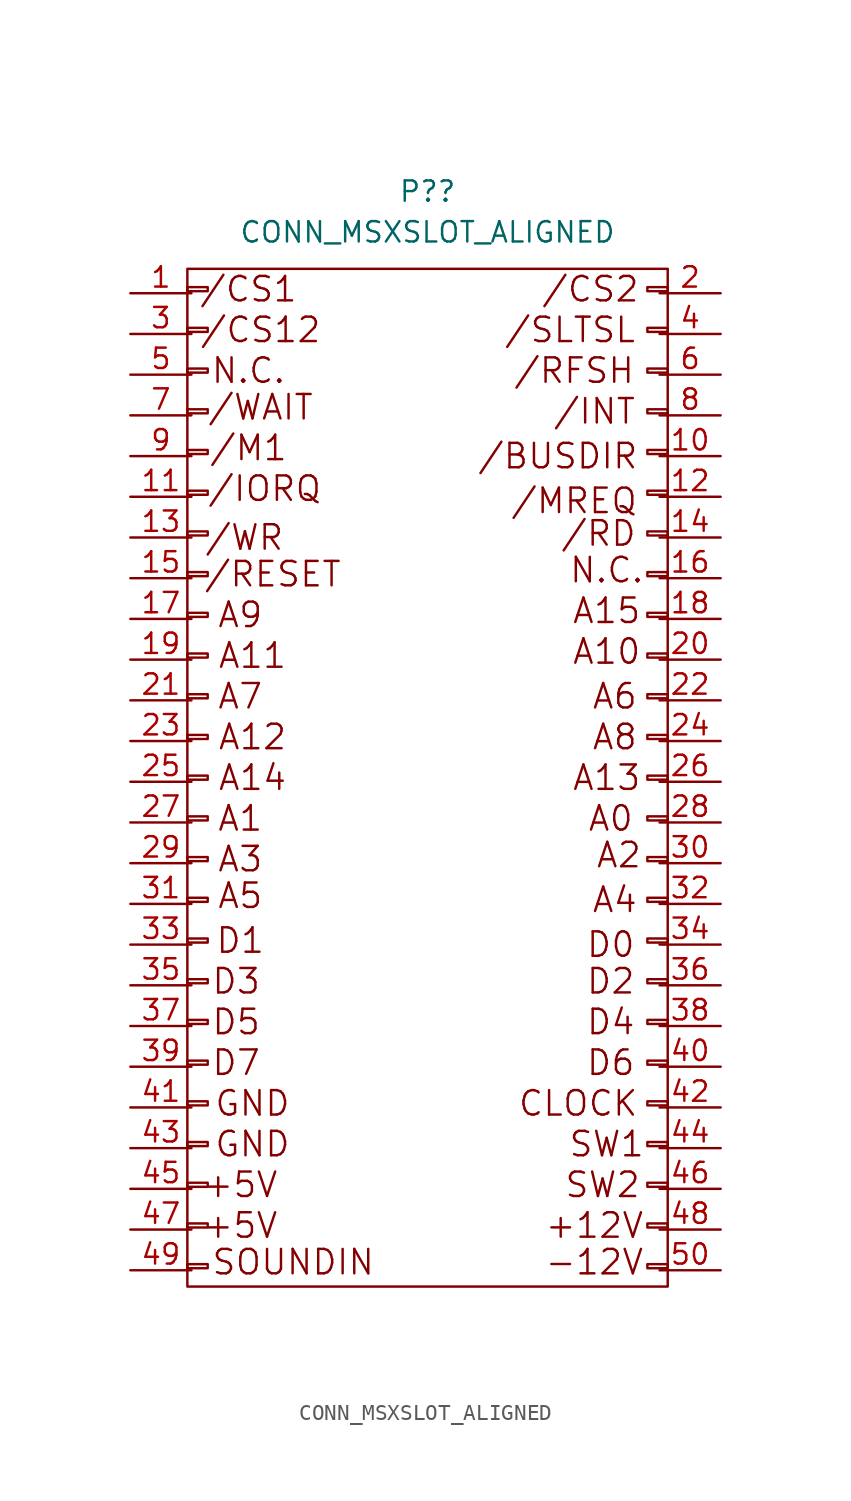
<source format=kicad_sym>
(kicad_symbol_lib
  (version 20211014)
  (generator kicad_symbol_editor)
  (symbol "CONN_MSXSLOT_ALIGNED"
    (pin_names
      (offset 0.025) hide)
    (property "Reference" "P?"
      (at 0.762 33.02 0)
      (effects (font (size 1.27 1.27))))
    (property "Value" "CONN_MSXSLOT_ALIGNED"
      (at 0.762 30.48 0)
      (effects (font (size 1.27 1.27))))
    (property "Footprint" ""
      (at -11.684 -22.606 0)
      (effects (font (size 1.27 1.27))))
    (property "Datasheet" ""
      (at -11.684 -22.606 0)
      (effects (font (size 1.27 1.27))))
    (symbol "CONN_MSXSLOT_ALIGNED_0_0"
      (text "+12V" (at 11.176 -31.496 0) (effects (font (size 1.524 1.524))))
      (text "+5V" (at -10.922 -31.496 0) (effects (font (size 1.524 1.524))))
      (text "+5V" (at -10.922 -28.956 0) (effects (font (size 1.524 1.524))))
      (text "-12V" (at 11.176 -33.782 0) (effects (font (size 1.524 1.524))))
      (text "/BUSDIR" (at 8.89 16.51 0) (effects (font (size 1.524 1.524))))
      (text "/CS1" (at -10.414 26.924 0) (effects (font (size 1.524 1.524))))
      (text "/CS12" (at -9.652 24.384 0) (effects (font (size 1.524 1.524))))
      (text "/CS2" (at 10.922 26.924 0) (effects (font (size 1.524 1.524))))
      (text "/INT" (at 11.176 19.304 0) (effects (font (size 1.524 1.524))))
      (text "/IORQ" (at -9.398 14.478 0) (effects (font (size 1.524 1.524))))
      (text "/M1" (at -10.414 17.018 0) (effects (font (size 1.524 1.524))))
      (text "/MREQ" (at 9.906 13.716 0) (effects (font (size 1.524 1.524))))
      (text "/RD" (at 11.43 11.684 0) (effects (font (size 1.524 1.524))))
      (text "/RESET" (at -8.89 9.144 0) (effects (font (size 1.524 1.524))))
      (text "/RFSH" (at 9.906 21.844 0) (effects (font (size 1.524 1.524))))
      (text "/SLTSL" (at 9.652 24.384 0) (effects (font (size 1.524 1.524))))
      (text "/WAIT" (at -9.652 19.558 0) (effects (font (size 1.524 1.524))))
      (text "/WR" (at -10.668 11.43 0) (effects (font (size 1.524 1.524))))
      (text "A0" (at 12.192 -6.096 0) (effects (font (size 1.524 1.524))))
      (text "A1" (at -10.922 -6.096 0) (effects (font (size 1.524 1.524))))
      (text "A10" (at 11.938 4.318 0) (effects (font (size 1.524 1.524))))
      (text "A11" (at -10.16 4.064 0) (effects (font (size 1.524 1.524))))
      (text "A12" (at -10.16 -1.016 0) (effects (font (size 1.524 1.524))))
      (text "A13" (at 11.938 -3.556 0) (effects (font (size 1.524 1.524))))
      (text "A14" (at -10.16 -3.556 0) (effects (font (size 1.524 1.524))))
      (text "A15" (at 11.938 6.858 0) (effects (font (size 1.524 1.524))))
      (text "A2" (at 12.7 -8.382 0) (effects (font (size 1.524 1.524))))
      (text "A3" (at -10.922 -8.636 0) (effects (font (size 1.524 1.524))))
      (text "A4" (at 12.446 -11.176 0) (effects (font (size 1.524 1.524))))
      (text "A5" (at -10.922 -10.922 0) (effects (font (size 1.524 1.524))))
      (text "A6" (at 12.446 1.524 0) (effects (font (size 1.524 1.524))))
      (text "A7" (at -10.922 1.524 0) (effects (font (size 1.524 1.524))))
      (text "A8" (at 12.446 -1.016 0) (effects (font (size 1.524 1.524))))
      (text "A9" (at -10.922 6.604 0) (effects (font (size 1.524 1.524))))
      (text "CLOCK" (at 10.16 -23.876 0) (effects (font (size 1.524 1.524))))
      (text "D0" (at 12.192 -13.97 0) (effects (font (size 1.524 1.524))))
      (text "D1" (at -10.922 -13.716 0) (effects (font (size 1.524 1.524))))
      (text "D2" (at 12.192 -16.256 0) (effects (font (size 1.524 1.524))))
      (text "D3" (at -11.176 -16.256 0) (effects (font (size 1.524 1.524))))
      (text "D4" (at 12.192 -18.796 0) (effects (font (size 1.524 1.524))))
      (text "D5" (at -11.176 -18.796 0) (effects (font (size 1.524 1.524))))
      (text "D6" (at 12.192 -21.336 0) (effects (font (size 1.524 1.524))))
      (text "D7" (at -11.176 -21.336 0) (effects (font (size 1.524 1.524))))
      (text "GND" (at -10.16 -26.416 0) (effects (font (size 1.524 1.524))))
      (text "GND" (at -10.16 -23.876 0) (effects (font (size 1.524 1.524))))
      (text "N.C." (at -10.414 21.844 0) (effects (font (size 1.524 1.524))))
      (text "N.C." (at 11.938 9.398 0) (effects (font (size 1.524 1.524))))
      (text "SOUNDIN" (at -7.62 -33.782 0) (effects (font (size 1.524 1.524))))
      (text "SW1" (at 11.938 -26.416 0) (effects (font (size 1.524 1.524))))
      (text "SW2" (at 11.684 -28.956 0) (effects (font (size 1.524 1.524)))))
    (symbol "CONN_MSXSLOT_ALIGNED_0_1"
      (rectangle (start -14.224 -33.909) (end -12.954 -34.163) (stroke (width 0) (type default) (color 0 0 0 0)) (fill (type none)))
      (rectangle (start -14.224 -31.369) (end -12.954 -31.623) (stroke (width 0) (type default) (color 0 0 0 0)) (fill (type none)))
      (rectangle (start -14.224 -28.829) (end -12.954 -29.083) (stroke (width 0) (type default) (color 0 0 0 0)) (fill (type none)))
      (rectangle (start -14.224 -26.289) (end -12.954 -26.543) (stroke (width 0) (type default) (color 0 0 0 0)) (fill (type none)))
      (rectangle (start -14.224 -23.749) (end -12.954 -24.003) (stroke (width 0) (type default) (color 0 0 0 0)) (fill (type none)))
      (rectangle (start -14.224 -21.209) (end -12.954 -21.463) (stroke (width 0) (type default) (color 0 0 0 0)) (fill (type none)))
      (rectangle (start -14.224 -18.669) (end -12.954 -18.923) (stroke (width 0) (type default) (color 0 0 0 0)) (fill (type none)))
      (rectangle (start -14.224 -16.129) (end -12.954 -16.383) (stroke (width 0) (type default) (color 0 0 0 0)) (fill (type none)))
      (rectangle (start -14.224 -13.589) (end -12.954 -13.843) (stroke (width 0) (type default) (color 0 0 0 0)) (fill (type none)))
      (rectangle (start -14.224 -11.049) (end -12.954 -11.303) (stroke (width 0) (type default) (color 0 0 0 0)) (fill (type none)))
      (rectangle (start -14.224 -8.509) (end -12.954 -8.763) (stroke (width 0) (type default) (color 0 0 0 0)) (fill (type none)))
      (rectangle (start -14.224 -5.969) (end -12.954 -6.223) (stroke (width 0) (type default) (color 0 0 0 0)) (fill (type none)))
      (rectangle (start -14.224 -3.429) (end -12.954 -3.683) (stroke (width 0) (type default) (color 0 0 0 0)) (fill (type none)))
      (rectangle (start -14.224 -0.889) (end -12.954 -1.143) (stroke (width 0) (type default) (color 0 0 0 0)) (fill (type none)))
      (rectangle (start -14.224 1.651) (end -12.954 1.397) (stroke (width 0) (type default) (color 0 0 0 0)) (fill (type none)))
      (rectangle (start -14.224 4.191) (end -12.954 3.937) (stroke (width 0) (type default) (color 0 0 0 0)) (fill (type none)))
      (rectangle (start -14.224 6.731) (end -12.954 6.477) (stroke (width 0) (type default) (color 0 0 0 0)) (fill (type none)))
      (rectangle (start -14.224 9.271) (end -12.954 9.017) (stroke (width 0) (type default) (color 0 0 0 0)) (fill (type none)))
      (rectangle (start -14.224 11.811) (end -12.954 11.557) (stroke (width 0) (type default) (color 0 0 0 0)) (fill (type none)))
      (rectangle (start -14.224 14.351) (end -12.954 14.097) (stroke (width 0) (type default) (color 0 0 0 0)) (fill (type none)))
      (rectangle (start -14.224 16.891) (end -12.954 16.637) (stroke (width 0) (type default) (color 0 0 0 0)) (fill (type none)))
      (rectangle (start -14.224 19.431) (end -12.954 19.177) (stroke (width 0) (type default) (color 0 0 0 0)) (fill (type none)))
      (rectangle (start -14.224 21.971) (end -12.954 21.717) (stroke (width 0) (type default) (color 0 0 0 0)) (fill (type none)))
      (rectangle (start -14.224 24.511) (end -12.954 24.257) (stroke (width 0) (type default) (color 0 0 0 0)) (fill (type none)))
      (rectangle (start -14.224 27.051) (end -12.954 26.797) (stroke (width 0) (type default) (color 0 0 0 0)) (fill (type none)))
      (rectangle (start -14.224 28.194) (end 15.748 -35.306) (stroke (width 0) (type default) (color 0 0 0 0)) (fill (type none)))
      (rectangle (start 14.478 -33.909) (end 15.748 -34.163) (stroke (width 0) (type default) (color 0 0 0 0)) (fill (type none)))
      (rectangle (start 14.478 -31.369) (end 15.748 -31.623) (stroke (width 0) (type default) (color 0 0 0 0)) (fill (type none)))
      (rectangle (start 14.478 -28.829) (end 15.748 -29.083) (stroke (width 0) (type default) (color 0 0 0 0)) (fill (type none)))
      (rectangle (start 14.478 -26.289) (end 15.748 -26.543) (stroke (width 0) (type default) (color 0 0 0 0)) (fill (type none)))
      (rectangle (start 14.478 -23.749) (end 15.748 -24.003) (stroke (width 0) (type default) (color 0 0 0 0)) (fill (type none)))
      (rectangle (start 14.478 -21.209) (end 15.748 -21.463) (stroke (width 0) (type default) (color 0 0 0 0)) (fill (type none)))
      (rectangle (start 14.478 -18.669) (end 15.748 -18.923) (stroke (width 0) (type default) (color 0 0 0 0)) (fill (type none)))
      (rectangle (start 14.478 -16.129) (end 15.748 -16.383) (stroke (width 0) (type default) (color 0 0 0 0)) (fill (type none)))
      (rectangle (start 14.478 -13.589) (end 15.748 -13.843) (stroke (width 0) (type default) (color 0 0 0 0)) (fill (type none)))
      (rectangle (start 14.478 -11.049) (end 15.748 -11.303) (stroke (width 0) (type default) (color 0 0 0 0)) (fill (type none)))
      (rectangle (start 14.478 -8.509) (end 15.748 -8.763) (stroke (width 0) (type default) (color 0 0 0 0)) (fill (type none)))
      (rectangle (start 14.478 -5.969) (end 15.748 -6.223) (stroke (width 0) (type default) (color 0 0 0 0)) (fill (type none)))
      (rectangle (start 14.478 -3.429) (end 15.748 -3.683) (stroke (width 0) (type default) (color 0 0 0 0)) (fill (type none)))
      (rectangle (start 14.478 -0.889) (end 15.748 -1.143) (stroke (width 0) (type default) (color 0 0 0 0)) (fill (type none)))
      (rectangle (start 14.478 1.651) (end 15.748 1.397) (stroke (width 0) (type default) (color 0 0 0 0)) (fill (type none)))
      (rectangle (start 14.478 4.191) (end 15.748 3.937) (stroke (width 0) (type default) (color 0 0 0 0)) (fill (type none)))
      (rectangle (start 14.478 6.731) (end 15.748 6.477) (stroke (width 0) (type default) (color 0 0 0 0)) (fill (type none)))
      (rectangle (start 14.478 9.271) (end 15.748 9.017) (stroke (width 0) (type default) (color 0 0 0 0)) (fill (type none)))
      (rectangle (start 14.478 11.811) (end 15.748 11.557) (stroke (width 0) (type default) (color 0 0 0 0)) (fill (type none)))
      (rectangle (start 14.478 14.351) (end 15.748 14.097) (stroke (width 0) (type default) (color 0 0 0 0)) (fill (type none)))
      (rectangle (start 14.478 16.891) (end 15.748 16.637) (stroke (width 0) (type default) (color 0 0 0 0)) (fill (type none)))
      (rectangle (start 14.478 19.431) (end 15.748 19.177) (stroke (width 0) (type default) (color 0 0 0 0)) (fill (type none)))
      (rectangle (start 14.478 21.971) (end 15.748 21.717) (stroke (width 0) (type default) (color 0 0 0 0)) (fill (type none)))
      (rectangle (start 14.478 24.511) (end 15.748 24.257) (stroke (width 0) (type default) (color 0 0 0 0)) (fill (type none)))
      (rectangle (start 14.478 27.051) (end 15.748 26.797) (stroke (width 0) (type default) (color 0 0 0 0)) (fill (type none))))
    (symbol "CONN_MSXSLOT_ALIGNED_1_1"
      (pin passive line (at -17.78 26.67 0) (length 3.81) (name "P1" (effects (font (size 1.27 1.27)))) (number "1" (effects (font (size 1.27 1.27)))))
      (pin passive line (at 19.05 16.51 180) (length 3.81) (name "P10" (effects (font (size 1.27 1.27)))) (number "10" (effects (font (size 1.27 1.27)))))
      (pin passive line (at -17.78 13.97 0) (length 3.81) (name "P11" (effects (font (size 1.27 1.27)))) (number "11" (effects (font (size 1.27 1.27)))))
      (pin passive line (at 19.05 13.97 180) (length 3.81) (name "P12" (effects (font (size 1.27 1.27)))) (number "12" (effects (font (size 1.27 1.27)))))
      (pin passive line (at -17.78 11.43 0) (length 3.81) (name "P13" (effects (font (size 1.27 1.27)))) (number "13" (effects (font (size 1.27 1.27)))))
      (pin passive line (at 19.05 11.43 180) (length 3.81) (name "P14" (effects (font (size 1.27 1.27)))) (number "14" (effects (font (size 1.27 1.27)))))
      (pin passive line (at -17.78 8.89 0) (length 3.81) (name "P15" (effects (font (size 1.27 1.27)))) (number "15" (effects (font (size 1.27 1.27)))))
      (pin passive line (at 19.05 8.89 180) (length 3.81) (name "P16" (effects (font (size 1.27 1.27)))) (number "16" (effects (font (size 1.27 1.27)))))
      (pin passive line (at -17.78 6.35 0) (length 3.81) (name "P17" (effects (font (size 1.27 1.27)))) (number "17" (effects (font (size 1.27 1.27)))))
      (pin passive line (at 19.05 6.35 180) (length 3.81) (name "P18" (effects (font (size 1.27 1.27)))) (number "18" (effects (font (size 1.27 1.27)))))
      (pin passive line (at -17.78 3.81 0) (length 3.81) (name "P19" (effects (font (size 1.27 1.27)))) (number "19" (effects (font (size 1.27 1.27)))))
      (pin passive line (at 19.05 26.67 180) (length 3.81) (name "P2" (effects (font (size 1.27 1.27)))) (number "2" (effects (font (size 1.27 1.27)))))
      (pin passive line (at 19.05 3.81 180) (length 3.81) (name "P20" (effects (font (size 1.27 1.27)))) (number "20" (effects (font (size 1.27 1.27)))))
      (pin passive line (at -17.78 1.27 0) (length 3.81) (name "P21" (effects (font (size 1.27 1.27)))) (number "21" (effects (font (size 1.27 1.27)))))
      (pin passive line (at 19.05 1.27 180) (length 3.81) (name "P22" (effects (font (size 1.27 1.27)))) (number "22" (effects (font (size 1.27 1.27)))))
      (pin passive line (at -17.78 -1.27 0) (length 3.81) (name "P23" (effects (font (size 1.27 1.27)))) (number "23" (effects (font (size 1.27 1.27)))))
      (pin passive line (at 19.05 -1.27 180) (length 3.81) (name "P24" (effects (font (size 1.27 1.27)))) (number "24" (effects (font (size 1.27 1.27)))))
      (pin passive line (at -17.78 -3.81 0) (length 3.81) (name "P25" (effects (font (size 1.27 1.27)))) (number "25" (effects (font (size 1.27 1.27)))))
      (pin passive line (at 19.05 -3.81 180) (length 3.81) (name "P26" (effects (font (size 1.27 1.27)))) (number "26" (effects (font (size 1.27 1.27)))))
      (pin passive line (at -17.78 -6.35 0) (length 3.81) (name "P27" (effects (font (size 1.27 1.27)))) (number "27" (effects (font (size 1.27 1.27)))))
      (pin passive line (at 19.05 -6.35 180) (length 3.81) (name "P28" (effects (font (size 1.27 1.27)))) (number "28" (effects (font (size 1.27 1.27)))))
      (pin passive line (at -17.78 -8.89 0) (length 3.81) (name "P29" (effects (font (size 1.27 1.27)))) (number "29" (effects (font (size 1.27 1.27)))))
      (pin passive line (at -17.78 24.13 0) (length 3.81) (name "P3" (effects (font (size 1.27 1.27)))) (number "3" (effects (font (size 1.27 1.27)))))
      (pin passive line (at 19.05 -8.89 180) (length 3.81) (name "P30" (effects (font (size 1.27 1.27)))) (number "30" (effects (font (size 1.27 1.27)))))
      (pin passive line (at -17.78 -11.43 0) (length 3.81) (name "P31" (effects (font (size 1.27 1.27)))) (number "31" (effects (font (size 1.27 1.27)))))
      (pin passive line (at 19.05 -11.43 180) (length 3.81) (name "P32" (effects (font (size 1.27 1.27)))) (number "32" (effects (font (size 1.27 1.27)))))
      (pin passive line (at -17.78 -13.97 0) (length 3.81) (name "P33" (effects (font (size 1.27 1.27)))) (number "33" (effects (font (size 1.27 1.27)))))
      (pin passive line (at 19.05 -13.97 180) (length 3.81) (name "P34" (effects (font (size 1.27 1.27)))) (number "34" (effects (font (size 1.27 1.27)))))
      (pin passive line (at -17.78 -16.51 0) (length 3.81) (name "P35" (effects (font (size 1.27 1.27)))) (number "35" (effects (font (size 1.27 1.27)))))
      (pin passive line (at 19.05 -16.51 180) (length 3.81) (name "P36" (effects (font (size 1.27 1.27)))) (number "36" (effects (font (size 1.27 1.27)))))
      (pin passive line (at -17.78 -19.05 0) (length 3.81) (name "P37" (effects (font (size 1.27 1.27)))) (number "37" (effects (font (size 1.27 1.27)))))
      (pin passive line (at 19.05 -19.05 180) (length 3.81) (name "P38" (effects (font (size 1.27 1.27)))) (number "38" (effects (font (size 1.27 1.27)))))
      (pin passive line (at -17.78 -21.59 0) (length 3.81) (name "P39" (effects (font (size 1.27 1.27)))) (number "39" (effects (font (size 1.27 1.27)))))
      (pin passive line (at 19.05 24.13 180) (length 3.81) (name "P4" (effects (font (size 1.27 1.27)))) (number "4" (effects (font (size 1.27 1.27)))))
      (pin passive line (at 19.05 -21.59 180) (length 3.81) (name "P40" (effects (font (size 1.27 1.27)))) (number "40" (effects (font (size 1.27 1.27)))))
      (pin passive line (at -17.78 -24.13 0) (length 3.81) (name "P41" (effects (font (size 1.27 1.27)))) (number "41" (effects (font (size 1.27 1.27)))))
      (pin passive line (at 19.05 -24.13 180) (length 3.81) (name "P42" (effects (font (size 1.27 1.27)))) (number "42" (effects (font (size 1.27 1.27)))))
      (pin passive line (at -17.78 -26.67 0) (length 3.81) (name "P43" (effects (font (size 1.27 1.27)))) (number "43" (effects (font (size 1.27 1.27)))))
      (pin passive line (at 19.05 -26.67 180) (length 3.81) (name "P44" (effects (font (size 1.27 1.27)))) (number "44" (effects (font (size 1.27 1.27)))))
      (pin passive line (at -17.78 -29.21 0) (length 3.81) (name "P45" (effects (font (size 1.27 1.27)))) (number "45" (effects (font (size 1.27 1.27)))))
      (pin passive line (at 19.05 -29.21 180) (length 3.81) (name "P46" (effects (font (size 1.27 1.27)))) (number "46" (effects (font (size 1.27 1.27)))))
      (pin passive line (at -17.78 -31.75 0) (length 3.81) (name "P47" (effects (font (size 1.27 1.27)))) (number "47" (effects (font (size 1.27 1.27)))))
      (pin passive line (at 19.05 -31.75 180) (length 3.81) (name "P48" (effects (font (size 1.27 1.27)))) (number "48" (effects (font (size 1.27 1.27)))))
      (pin passive line (at -17.78 -34.29 0) (length 3.81) (name "P49" (effects (font (size 1.27 1.27)))) (number "49" (effects (font (size 1.27 1.27)))))
      (pin passive line (at -17.78 21.59 0) (length 3.81) (name "P5" (effects (font (size 1.27 1.27)))) (number "5" (effects (font (size 1.27 1.27)))))
      (pin passive line (at 19.05 -34.29 180) (length 3.81) (name "P50" (effects (font (size 1.27 1.27)))) (number "50" (effects (font (size 1.27 1.27)))))
      (pin passive line (at 19.05 21.59 180) (length 3.81) (name "P6" (effects (font (size 1.27 1.27)))) (number "6" (effects (font (size 1.27 1.27)))))
      (pin passive line (at -17.78 19.05 0) (length 3.81) (name "P7" (effects (font (size 1.27 1.27)))) (number "7" (effects (font (size 1.27 1.27)))))
      (pin passive line (at 19.05 19.05 180) (length 3.81) (name "P8" (effects (font (size 1.27 1.27)))) (number "8" (effects (font (size 1.27 1.27)))))
      (pin passive line (at -17.78 16.51 0) (length 3.81) (name "P9" (effects (font (size 1.27 1.27)))) (number "9" (effects (font (size 1.27 1.27))))))))
</source>
